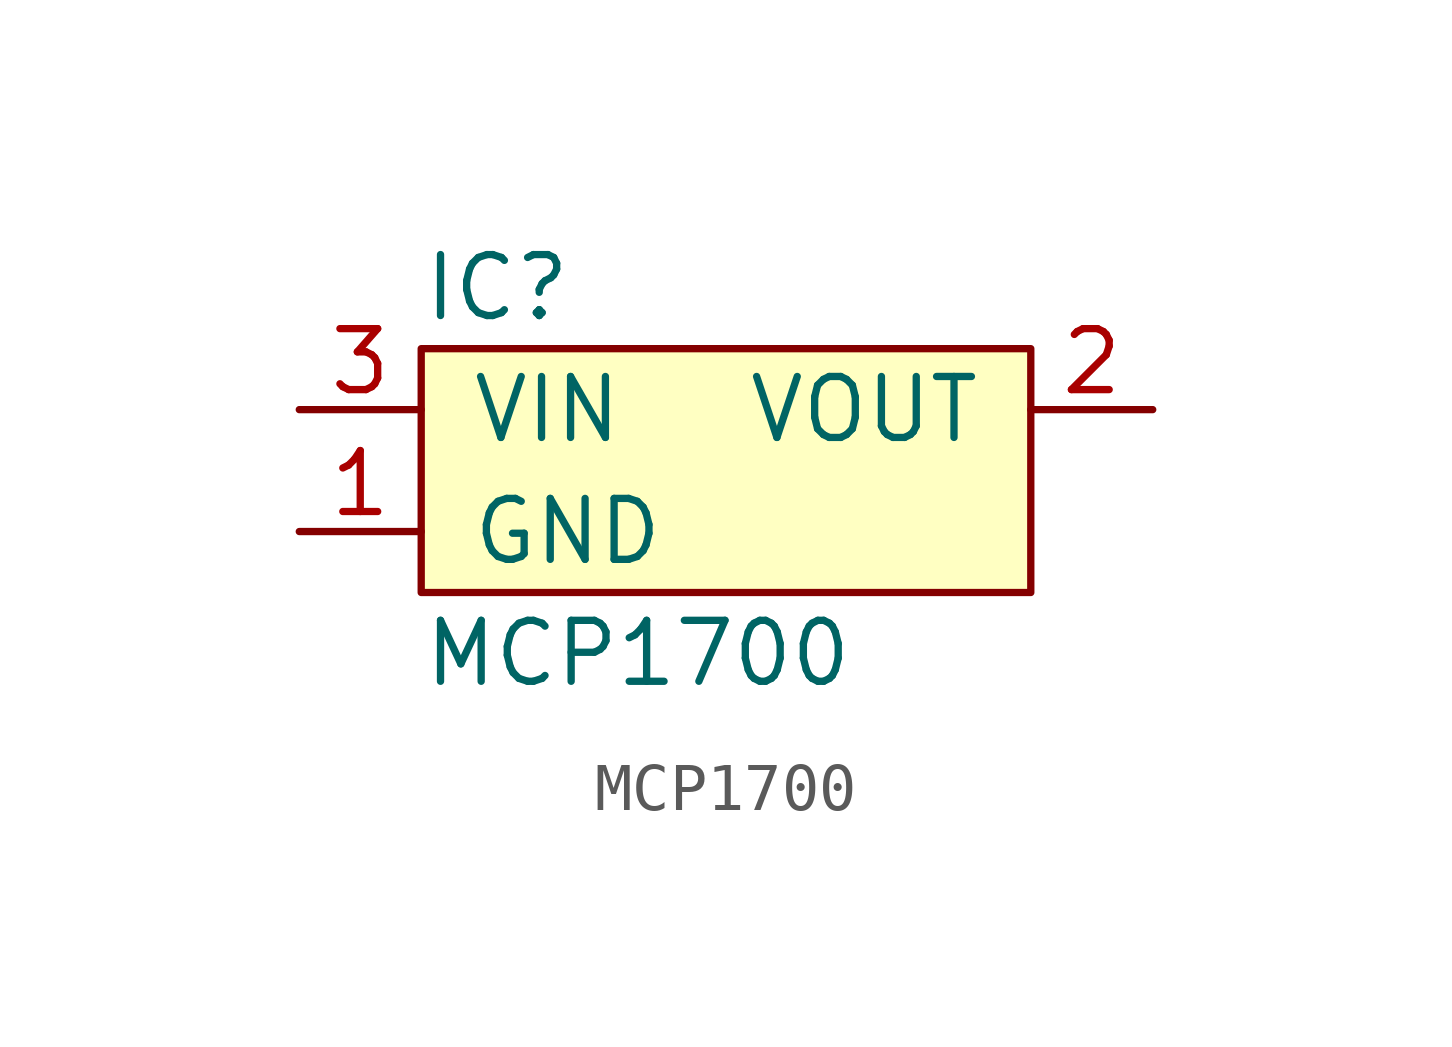
<source format=kicad_sym>
(kicad_symbol_lib
  (version 20211014)
  (generator kicad_symbol_editor)
  (symbol "MCP1700"
    (pin_names
      (offset 1.016))
    (property "Reference" "IC"
      (at -5.08 2.54 0)
      (effects (font (size 1.27 1.27)) (justify left)))
    (property "Value" "MCP1700"
      (at -5.08 -5.08 0)
      (effects (font (size 1.27 1.27)) (justify left)))
    (symbol "MCP1700_0_1"
      (rectangle (start -5.08 1.27) (end 7.62 -3.81) (stroke (width 0) (type default) (color 0 0 0 0)) (fill (type background))))
    (symbol "MCP1700_1_1"
      (pin power_in line (at -7.62 -2.54 0) (length 2.54) (name "GND" (effects (font (size 1.27 1.27)))) (number "1" (effects (font (size 1.27 1.27)))))
      (pin power_out line (at 10.16 0 180) (length 2.54) (name "VOUT" (effects (font (size 1.27 1.27)))) (number "2" (effects (font (size 1.27 1.27)))))
      (pin power_in line (at -7.62 0 0) (length 2.54) (name "VIN" (effects (font (size 1.27 1.27)))) (number "3" (effects (font (size 1.27 1.27))))))))
</source>
